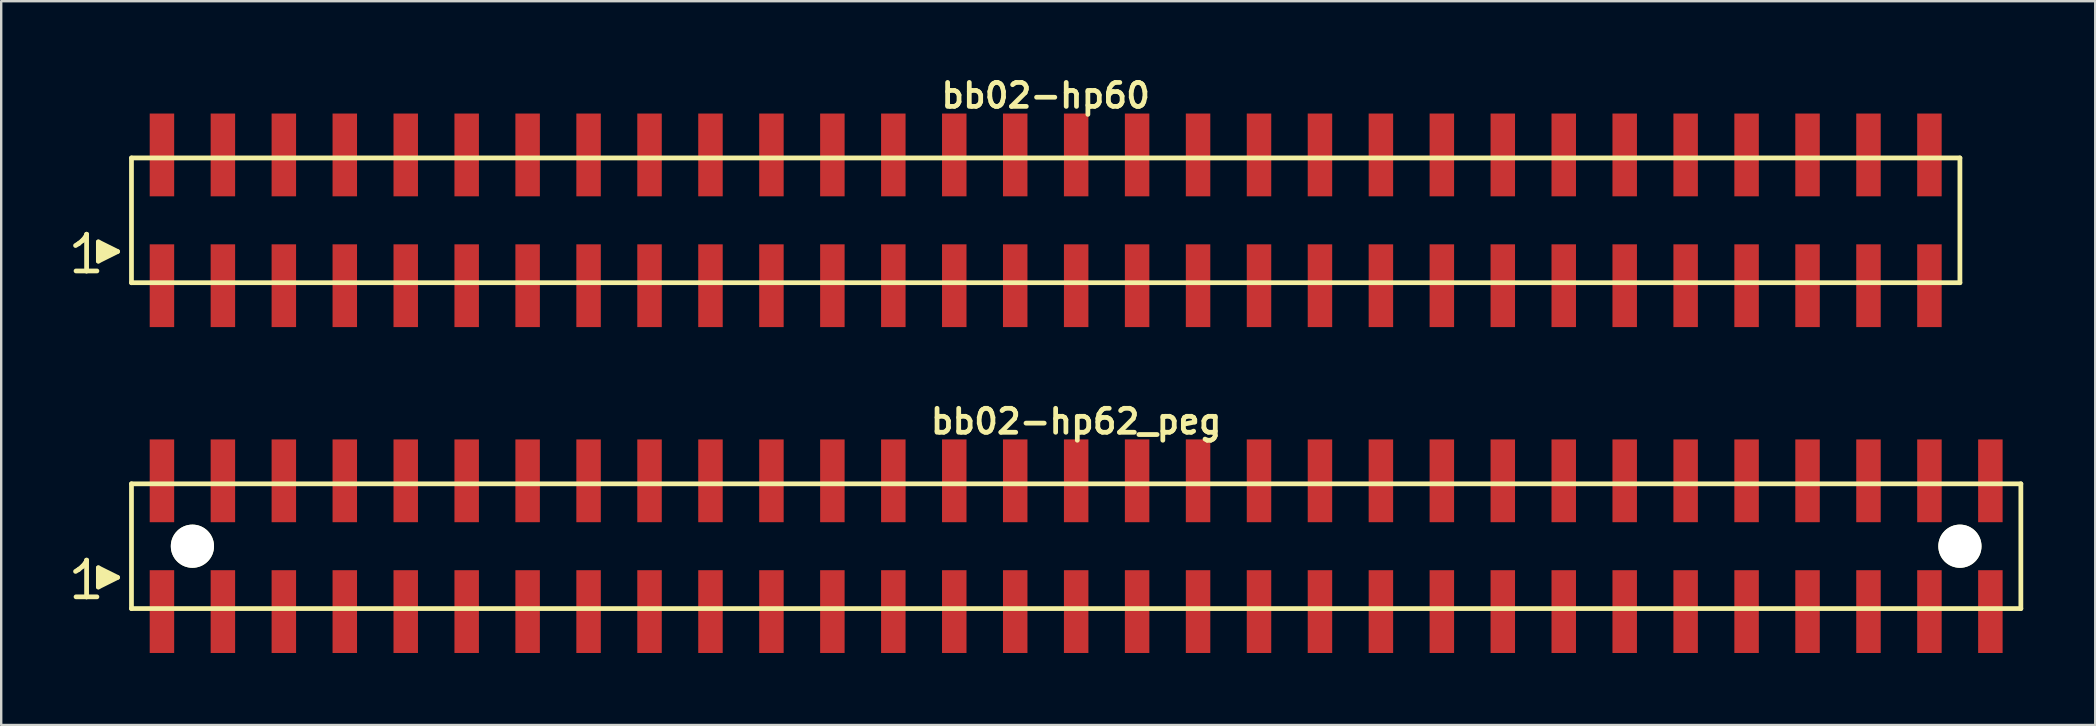
<source format=kicad_pcb>
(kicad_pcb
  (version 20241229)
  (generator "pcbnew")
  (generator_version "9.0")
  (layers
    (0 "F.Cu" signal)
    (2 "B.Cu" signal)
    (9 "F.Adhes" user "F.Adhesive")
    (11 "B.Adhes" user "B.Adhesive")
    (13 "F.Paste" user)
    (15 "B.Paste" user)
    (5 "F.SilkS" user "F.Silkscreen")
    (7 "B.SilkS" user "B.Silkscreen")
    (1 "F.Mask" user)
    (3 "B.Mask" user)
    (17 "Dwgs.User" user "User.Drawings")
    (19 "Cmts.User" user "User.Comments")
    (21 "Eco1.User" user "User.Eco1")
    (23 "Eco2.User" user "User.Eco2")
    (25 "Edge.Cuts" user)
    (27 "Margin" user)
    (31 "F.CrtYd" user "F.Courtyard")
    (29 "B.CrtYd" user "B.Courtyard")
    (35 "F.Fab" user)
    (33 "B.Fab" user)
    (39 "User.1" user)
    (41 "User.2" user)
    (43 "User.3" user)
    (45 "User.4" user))
  (footprint "bb02-hp62_peg"
    (layer "F.Cu")
    (at 41.799 19.713)
    (property "Reference" "bb02-hp62_peg" (at 0 -5.2 0) (layer "F.SilkS") (effects (font (size 0.998 0.998) (thickness 0.198))))
    (attr through_hole)
    (fp_line (start -41.7 1.05) (end -41.57 0.97) (stroke (width 0.198) (type solid)) (layer "F.SilkS"))
    (fp_line (start -41.57 0.97) (end -41.41 0.84) (stroke (width 0.198) (type solid)) (layer "F.SilkS"))
    (fp_line (start -41.41 0.84) (end -41.27 0.67) (stroke (width 0.198) (type solid)) (layer "F.SilkS"))
    (fp_line (start -41.27 0.67) (end -41.24 0.58) (stroke (width 0.198) (type solid)) (layer "F.SilkS"))
    (fp_line (start -41.24 0.58) (end -41.24 2.11) (stroke (width 0.198) (type solid)) (layer "F.SilkS"))
    (fp_line (start -41.24 2.11) (end -41.68 2.11) (stroke (width 0.198) (type solid)) (layer "F.SilkS"))
    (fp_line (start -40.81 2.11) (end -41.25 2.11) (stroke (width 0.198) (type solid)) (layer "F.SilkS"))
    (fp_line (start -40.75 0.9) (end -39.95 1.3) (stroke (width 0.198) (type solid)) (layer "F.SilkS"))
    (fp_line (start -40.75 1.7) (end -40.75 0.9) (stroke (width 0.198) (type solid)) (layer "F.SilkS"))
    (fp_line (start -40.65 1.6) (end -40.65 1) (stroke (width 0.198) (type solid)) (layer "F.SilkS"))
    (fp_line (start -40.55 1.1) (end -40.55 1.5) (stroke (width 0.198) (type solid)) (layer "F.SilkS"))
    (fp_line (start -40.45 1.5) (end -40.45 1.1) (stroke (width 0.198) (type solid)) (layer "F.SilkS"))
    (fp_line (start -40.35 1.2) (end -40.35 1.4) (stroke (width 0.198) (type solid)) (layer "F.SilkS"))
    (fp_line (start -40.25 1.4) (end -40.25 1.2) (stroke (width 0.198) (type solid)) (layer "F.SilkS"))
    (fp_line (start -39.95 1.3) (end -40.75 1.7) (stroke (width 0.198) (type solid)) (layer "F.SilkS"))
    (fp_line (start -39.37 -2.6) (end -39.37 2.6) (stroke (width 0.198) (type solid)) (layer "F.SilkS"))
    (fp_line (start -39.37 -2.6) (end 39.37 -2.6) (stroke (width 0.198) (type solid)) (layer "F.SilkS"))
    (fp_line (start 39.37 2.6) (end -39.37 2.6) (stroke (width 0.198) (type solid)) (layer "F.SilkS"))
    (fp_line (start 39.37 2.6) (end 39.37 -2.6) (stroke (width 0.198) (type solid)) (layer "F.SilkS"))
    (pad "" np_thru_hole circle (at -36.83 0) (size 1.8 1.8) (drill 1.8) (layers "*.Cu" "*.Mask" "F.SilkS"))
    (pad "" np_thru_hole circle (at 36.83 0) (size 1.8 1.8) (drill 1.8) (layers "*.Cu" "*.Mask" "F.SilkS"))
    (pad "1" smd rect (at -38.1 2.725) (size 1.02 3.45) (layers "F.Cu" "F.Mask" "F.Paste"))
    (pad "2" smd rect (at -38.1 -2.725) (size 1.02 3.45) (layers "F.Cu" "F.Mask" "F.Paste"))
    (pad "3" smd rect (at -35.56 2.725) (size 1.02 3.45) (layers "F.Cu" "F.Mask" "F.Paste"))
    (pad "4" smd rect (at -35.56 -2.725) (size 1.02 3.45) (layers "F.Cu" "F.Mask" "F.Paste"))
    (pad "5" smd rect (at -33.02 2.725) (size 1.02 3.45) (layers "F.Cu" "F.Mask" "F.Paste"))
    (pad "6" smd rect (at -33.02 -2.725) (size 1.02 3.45) (layers "F.Cu" "F.Mask" "F.Paste"))
    (pad "7" smd rect (at -30.48 2.725) (size 1.02 3.45) (layers "F.Cu" "F.Mask" "F.Paste"))
    (pad "8" smd rect (at -30.48 -2.725) (size 1.02 3.45) (layers "F.Cu" "F.Mask" "F.Paste"))
    (pad "9" smd rect (at -27.94 2.725) (size 1.02 3.45) (layers "F.Cu" "F.Mask" "F.Paste"))
    (pad "10" smd rect (at -27.94 -2.725) (size 1.02 3.45) (layers "F.Cu" "F.Mask" "F.Paste"))
    (pad "11" smd rect (at -25.4 2.725) (size 1.02 3.45) (layers "F.Cu" "F.Mask" "F.Paste"))
    (pad "12" smd rect (at -25.4 -2.725) (size 1.02 3.45) (layers "F.Cu" "F.Mask" "F.Paste"))
    (pad "13" smd rect (at -22.86 2.725) (size 1.02 3.45) (layers "F.Cu" "F.Mask" "F.Paste"))
    (pad "14" smd rect (at -22.86 -2.725) (size 1.02 3.45) (layers "F.Cu" "F.Mask" "F.Paste"))
    (pad "15" smd rect (at -20.32 2.725) (size 1.02 3.45) (layers "F.Cu" "F.Mask" "F.Paste"))
    (pad "16" smd rect (at -20.32 -2.725) (size 1.02 3.45) (layers "F.Cu" "F.Mask" "F.Paste"))
    (pad "17" smd rect (at -17.78 2.725) (size 1.02 3.45) (layers "F.Cu" "F.Mask" "F.Paste"))
    (pad "18" smd rect (at -17.78 -2.725) (size 1.02 3.45) (layers "F.Cu" "F.Mask" "F.Paste"))
    (pad "19" smd rect (at -15.24 2.725) (size 1.02 3.45) (layers "F.Cu" "F.Mask" "F.Paste"))
    (pad "20" smd rect (at -15.24 -2.725) (size 1.02 3.45) (layers "F.Cu" "F.Mask" "F.Paste"))
    (pad "21" smd rect (at -12.7 2.725) (size 1.02 3.45) (layers "F.Cu" "F.Mask" "F.Paste"))
    (pad "22" smd rect (at -12.7 -2.725) (size 1.02 3.45) (layers "F.Cu" "F.Mask" "F.Paste"))
    (pad "23" smd rect (at -10.16 2.725) (size 1.02 3.45) (layers "F.Cu" "F.Mask" "F.Paste"))
    (pad "24" smd rect (at -10.16 -2.725) (size 1.02 3.45) (layers "F.Cu" "F.Mask" "F.Paste"))
    (pad "25" smd rect (at -7.62 2.725) (size 1.02 3.45) (layers "F.Cu" "F.Mask" "F.Paste"))
    (pad "26" smd rect (at -7.62 -2.725) (size 1.02 3.45) (layers "F.Cu" "F.Mask" "F.Paste"))
    (pad "27" smd rect (at -5.08 2.725) (size 1.02 3.45) (layers "F.Cu" "F.Mask" "F.Paste"))
    (pad "28" smd rect (at -5.08 -2.725) (size 1.02 3.45) (layers "F.Cu" "F.Mask" "F.Paste"))
    (pad "29" smd rect (at -2.54 2.725) (size 1.02 3.45) (layers "F.Cu" "F.Mask" "F.Paste"))
    (pad "30" smd rect (at -2.54 -2.725) (size 1.02 3.45) (layers "F.Cu" "F.Mask" "F.Paste"))
    (pad "31" smd rect (at 0 2.725) (size 1.02 3.45) (layers "F.Cu" "F.Mask" "F.Paste"))
    (pad "32" smd rect (at 0 -2.725) (size 1.02 3.45) (layers "F.Cu" "F.Mask" "F.Paste"))
    (pad "33" smd rect (at 2.54 2.725) (size 1.02 3.45) (layers "F.Cu" "F.Mask" "F.Paste"))
    (pad "34" smd rect (at 2.54 -2.725) (size 1.02 3.45) (layers "F.Cu" "F.Mask" "F.Paste"))
    (pad "35" smd rect (at 5.08 2.725) (size 1.02 3.45) (layers "F.Cu" "F.Mask" "F.Paste"))
    (pad "36" smd rect (at 5.08 -2.725) (size 1.02 3.45) (layers "F.Cu" "F.Mask" "F.Paste"))
    (pad "37" smd rect (at 7.62 2.725) (size 1.02 3.45) (layers "F.Cu" "F.Mask" "F.Paste"))
    (pad "38" smd rect (at 7.62 -2.725) (size 1.02 3.45) (layers "F.Cu" "F.Mask" "F.Paste"))
    (pad "39" smd rect (at 10.16 2.725) (size 1.02 3.45) (layers "F.Cu" "F.Mask" "F.Paste"))
    (pad "40" smd rect (at 10.16 -2.725) (size 1.02 3.45) (layers "F.Cu" "F.Mask" "F.Paste"))
    (pad "41" smd rect (at 12.7 2.725) (size 1.02 3.45) (layers "F.Cu" "F.Mask" "F.Paste"))
    (pad "42" smd rect (at 12.7 -2.725) (size 1.02 3.45) (layers "F.Cu" "F.Mask" "F.Paste"))
    (pad "43" smd rect (at 15.24 2.725) (size 1.02 3.45) (layers "F.Cu" "F.Mask" "F.Paste"))
    (pad "44" smd rect (at 15.24 -2.725) (size 1.02 3.45) (layers "F.Cu" "F.Mask" "F.Paste"))
    (pad "45" smd rect (at 17.78 2.725) (size 1.02 3.45) (layers "F.Cu" "F.Mask" "F.Paste"))
    (pad "46" smd rect (at 17.78 -2.725) (size 1.02 3.45) (layers "F.Cu" "F.Mask" "F.Paste"))
    (pad "47" smd rect (at 20.32 2.725) (size 1.02 3.45) (layers "F.Cu" "F.Mask" "F.Paste"))
    (pad "48" smd rect (at 20.32 -2.725) (size 1.02 3.45) (layers "F.Cu" "F.Mask" "F.Paste"))
    (pad "49" smd rect (at 22.86 2.725) (size 1.02 3.45) (layers "F.Cu" "F.Mask" "F.Paste"))
    (pad "50" smd rect (at 22.86 -2.725) (size 1.02 3.45) (layers "F.Cu" "F.Mask" "F.Paste"))
    (pad "51" smd rect (at 25.4 2.725) (size 1.02 3.45) (layers "F.Cu" "F.Mask" "F.Paste"))
    (pad "52" smd rect (at 25.4 -2.725) (size 1.02 3.45) (layers "F.Cu" "F.Mask" "F.Paste"))
    (pad "53" smd rect (at 27.94 2.725) (size 1.02 3.45) (layers "F.Cu" "F.Mask" "F.Paste"))
    (pad "54" smd rect (at 27.94 -2.725) (size 1.02 3.45) (layers "F.Cu" "F.Mask" "F.Paste"))
    (pad "55" smd rect (at 30.48 2.725) (size 1.02 3.45) (layers "F.Cu" "F.Mask" "F.Paste"))
    (pad "56" smd rect (at 30.48 -2.725) (size 1.02 3.45) (layers "F.Cu" "F.Mask" "F.Paste"))
    (pad "57" smd rect (at 33.02 2.725) (size 1.02 3.45) (layers "F.Cu" "F.Mask" "F.Paste"))
    (pad "58" smd rect (at 33.02 -2.725) (size 1.02 3.45) (layers "F.Cu" "F.Mask" "F.Paste"))
    (pad "59" smd rect (at 35.56 2.725) (size 1.02 3.45) (layers "F.Cu" "F.Mask" "F.Paste"))
    (pad "60" smd rect (at 35.56 -2.725) (size 1.02 3.45) (layers "F.Cu" "F.Mask" "F.Paste"))
    (pad "61" smd rect (at 38.1 2.725) (size 1.02 3.45) (layers "F.Cu" "F.Mask" "F.Paste"))
    (pad "62" smd rect (at 38.1 -2.725) (size 1.02 3.45) (layers "F.Cu" "F.Mask" "F.Paste")))
  (footprint "bb02-hp60"
    (layer "F.Cu")
    (at 40.529 6.132)
    (property "Reference" "bb02-hp60" (at 0 -5.2 0) (layer "F.SilkS") (effects (font (size 0.998 0.998) (thickness 0.198))))
    (attr through_hole)
    (fp_line (start -40.43 1.05) (end -40.3 0.97) (stroke (width 0.198) (type solid)) (layer "F.SilkS"))
    (fp_line (start -40.3 0.97) (end -40.14 0.84) (stroke (width 0.198) (type solid)) (layer "F.SilkS"))
    (fp_line (start -40.14 0.84) (end -40 0.67) (stroke (width 0.198) (type solid)) (layer "F.SilkS"))
    (fp_line (start -40 0.67) (end -39.97 0.58) (stroke (width 0.198) (type solid)) (layer "F.SilkS"))
    (fp_line (start -39.97 0.58) (end -39.97 2.11) (stroke (width 0.198) (type solid)) (layer "F.SilkS"))
    (fp_line (start -39.97 2.11) (end -40.41 2.11) (stroke (width 0.198) (type solid)) (layer "F.SilkS"))
    (fp_line (start -39.54 2.11) (end -39.98 2.11) (stroke (width 0.198) (type solid)) (layer "F.SilkS"))
    (fp_line (start -39.48 0.9) (end -38.68 1.3) (stroke (width 0.198) (type solid)) (layer "F.SilkS"))
    (fp_line (start -39.48 1.7) (end -39.48 0.9) (stroke (width 0.198) (type solid)) (layer "F.SilkS"))
    (fp_line (start -39.38 1.6) (end -39.38 1) (stroke (width 0.198) (type solid)) (layer "F.SilkS"))
    (fp_line (start -39.28 1.1) (end -39.28 1.5) (stroke (width 0.198) (type solid)) (layer "F.SilkS"))
    (fp_line (start -39.18 1.5) (end -39.18 1.1) (stroke (width 0.198) (type solid)) (layer "F.SilkS"))
    (fp_line (start -39.08 1.2) (end -39.08 1.4) (stroke (width 0.198) (type solid)) (layer "F.SilkS"))
    (fp_line (start -38.98 1.4) (end -38.98 1.2) (stroke (width 0.198) (type solid)) (layer "F.SilkS"))
    (fp_line (start -38.68 1.3) (end -39.48 1.7) (stroke (width 0.198) (type solid)) (layer "F.SilkS"))
    (fp_line (start -38.1 -2.6) (end -38.1 2.6) (stroke (width 0.198) (type solid)) (layer "F.SilkS"))
    (fp_line (start -38.1 -2.6) (end 38.1 -2.6) (stroke (width 0.198) (type solid)) (layer "F.SilkS"))
    (fp_line (start 38.1 2.6) (end -38.1 2.6) (stroke (width 0.198) (type solid)) (layer "F.SilkS"))
    (fp_line (start 38.1 2.6) (end 38.1 -2.6) (stroke (width 0.198) (type solid)) (layer "F.SilkS"))
    (pad "1" smd rect (at -36.83 2.725) (size 1.02 3.45) (layers "F.Cu" "F.Mask" "F.Paste"))
    (pad "2" smd rect (at -36.83 -2.725) (size 1.02 3.45) (layers "F.Cu" "F.Mask" "F.Paste"))
    (pad "3" smd rect (at -34.29 2.725) (size 1.02 3.45) (layers "F.Cu" "F.Mask" "F.Paste"))
    (pad "4" smd rect (at -34.29 -2.725) (size 1.02 3.45) (layers "F.Cu" "F.Mask" "F.Paste"))
    (pad "5" smd rect (at -31.75 2.725) (size 1.02 3.45) (layers "F.Cu" "F.Mask" "F.Paste"))
    (pad "6" smd rect (at -31.75 -2.725) (size 1.02 3.45) (layers "F.Cu" "F.Mask" "F.Paste"))
    (pad "7" smd rect (at -29.21 2.725) (size 1.02 3.45) (layers "F.Cu" "F.Mask" "F.Paste"))
    (pad "8" smd rect (at -29.21 -2.725) (size 1.02 3.45) (layers "F.Cu" "F.Mask" "F.Paste"))
    (pad "9" smd rect (at -26.67 2.725) (size 1.02 3.45) (layers "F.Cu" "F.Mask" "F.Paste"))
    (pad "10" smd rect (at -26.67 -2.725) (size 1.02 3.45) (layers "F.Cu" "F.Mask" "F.Paste"))
    (pad "11" smd rect (at -24.13 2.725) (size 1.02 3.45) (layers "F.Cu" "F.Mask" "F.Paste"))
    (pad "12" smd rect (at -24.13 -2.725) (size 1.02 3.45) (layers "F.Cu" "F.Mask" "F.Paste"))
    (pad "13" smd rect (at -21.59 2.725) (size 1.02 3.45) (layers "F.Cu" "F.Mask" "F.Paste"))
    (pad "14" smd rect (at -21.59 -2.725) (size 1.02 3.45) (layers "F.Cu" "F.Mask" "F.Paste"))
    (pad "15" smd rect (at -19.05 2.725) (size 1.02 3.45) (layers "F.Cu" "F.Mask" "F.Paste"))
    (pad "16" smd rect (at -19.05 -2.725) (size 1.02 3.45) (layers "F.Cu" "F.Mask" "F.Paste"))
    (pad "17" smd rect (at -16.51 2.725) (size 1.02 3.45) (layers "F.Cu" "F.Mask" "F.Paste"))
    (pad "18" smd rect (at -16.51 -2.725) (size 1.02 3.45) (layers "F.Cu" "F.Mask" "F.Paste"))
    (pad "19" smd rect (at -13.97 2.725) (size 1.02 3.45) (layers "F.Cu" "F.Mask" "F.Paste"))
    (pad "20" smd rect (at -13.97 -2.725) (size 1.02 3.45) (layers "F.Cu" "F.Mask" "F.Paste"))
    (pad "21" smd rect (at -11.43 2.725) (size 1.02 3.45) (layers "F.Cu" "F.Mask" "F.Paste"))
    (pad "22" smd rect (at -11.43 -2.725) (size 1.02 3.45) (layers "F.Cu" "F.Mask" "F.Paste"))
    (pad "23" smd rect (at -8.89 2.725) (size 1.02 3.45) (layers "F.Cu" "F.Mask" "F.Paste"))
    (pad "24" smd rect (at -8.89 -2.725) (size 1.02 3.45) (layers "F.Cu" "F.Mask" "F.Paste"))
    (pad "25" smd rect (at -6.35 2.725) (size 1.02 3.45) (layers "F.Cu" "F.Mask" "F.Paste"))
    (pad "26" smd rect (at -6.35 -2.725) (size 1.02 3.45) (layers "F.Cu" "F.Mask" "F.Paste"))
    (pad "27" smd rect (at -3.81 2.725) (size 1.02 3.45) (layers "F.Cu" "F.Mask" "F.Paste"))
    (pad "28" smd rect (at -3.81 -2.725) (size 1.02 3.45) (layers "F.Cu" "F.Mask" "F.Paste"))
    (pad "29" smd rect (at -1.27 2.725) (size 1.02 3.45) (layers "F.Cu" "F.Mask" "F.Paste"))
    (pad "30" smd rect (at -1.27 -2.725) (size 1.02 3.45) (layers "F.Cu" "F.Mask" "F.Paste"))
    (pad "31" smd rect (at 1.27 2.725) (size 1.02 3.45) (layers "F.Cu" "F.Mask" "F.Paste"))
    (pad "32" smd rect (at 1.27 -2.725) (size 1.02 3.45) (layers "F.Cu" "F.Mask" "F.Paste"))
    (pad "33" smd rect (at 3.81 2.725) (size 1.02 3.45) (layers "F.Cu" "F.Mask" "F.Paste"))
    (pad "34" smd rect (at 3.81 -2.725) (size 1.02 3.45) (layers "F.Cu" "F.Mask" "F.Paste"))
    (pad "35" smd rect (at 6.35 2.725) (size 1.02 3.45) (layers "F.Cu" "F.Mask" "F.Paste"))
    (pad "36" smd rect (at 6.35 -2.725) (size 1.02 3.45) (layers "F.Cu" "F.Mask" "F.Paste"))
    (pad "37" smd rect (at 8.89 2.725) (size 1.02 3.45) (layers "F.Cu" "F.Mask" "F.Paste"))
    (pad "38" smd rect (at 8.89 -2.725) (size 1.02 3.45) (layers "F.Cu" "F.Mask" "F.Paste"))
    (pad "39" smd rect (at 11.43 2.725) (size 1.02 3.45) (layers "F.Cu" "F.Mask" "F.Paste"))
    (pad "40" smd rect (at 11.43 -2.725) (size 1.02 3.45) (layers "F.Cu" "F.Mask" "F.Paste"))
    (pad "41" smd rect (at 13.97 2.725) (size 1.02 3.45) (layers "F.Cu" "F.Mask" "F.Paste"))
    (pad "42" smd rect (at 13.97 -2.725) (size 1.02 3.45) (layers "F.Cu" "F.Mask" "F.Paste"))
    (pad "43" smd rect (at 16.51 2.725) (size 1.02 3.45) (layers "F.Cu" "F.Mask" "F.Paste"))
    (pad "44" smd rect (at 16.51 -2.725) (size 1.02 3.45) (layers "F.Cu" "F.Mask" "F.Paste"))
    (pad "45" smd rect (at 19.05 2.725) (size 1.02 3.45) (layers "F.Cu" "F.Mask" "F.Paste"))
    (pad "46" smd rect (at 19.05 -2.725) (size 1.02 3.45) (layers "F.Cu" "F.Mask" "F.Paste"))
    (pad "47" smd rect (at 21.59 2.725) (size 1.02 3.45) (layers "F.Cu" "F.Mask" "F.Paste"))
    (pad "48" smd rect (at 21.59 -2.725) (size 1.02 3.45) (layers "F.Cu" "F.Mask" "F.Paste"))
    (pad "49" smd rect (at 24.13 2.725) (size 1.02 3.45) (layers "F.Cu" "F.Mask" "F.Paste"))
    (pad "50" smd rect (at 24.13 -2.725) (size 1.02 3.45) (layers "F.Cu" "F.Mask" "F.Paste"))
    (pad "51" smd rect (at 26.67 2.725) (size 1.02 3.45) (layers "F.Cu" "F.Mask" "F.Paste"))
    (pad "52" smd rect (at 26.67 -2.725) (size 1.02 3.45) (layers "F.Cu" "F.Mask" "F.Paste"))
    (pad "53" smd rect (at 29.21 2.725) (size 1.02 3.45) (layers "F.Cu" "F.Mask" "F.Paste"))
    (pad "54" smd rect (at 29.21 -2.725) (size 1.02 3.45) (layers "F.Cu" "F.Mask" "F.Paste"))
    (pad "55" smd rect (at 31.75 2.725) (size 1.02 3.45) (layers "F.Cu" "F.Mask" "F.Paste"))
    (pad "56" smd rect (at 31.75 -2.725) (size 1.02 3.45) (layers "F.Cu" "F.Mask" "F.Paste"))
    (pad "57" smd rect (at 34.29 2.725) (size 1.02 3.45) (layers "F.Cu" "F.Mask" "F.Paste"))
    (pad "58" smd rect (at 34.29 -2.725) (size 1.02 3.45) (layers "F.Cu" "F.Mask" "F.Paste"))
    (pad "59" smd rect (at 36.83 2.725) (size 1.02 3.45) (layers "F.Cu" "F.Mask" "F.Paste"))
    (pad "60" smd rect (at 36.83 -2.725) (size 1.02 3.45) (layers "F.Cu" "F.Mask" "F.Paste")))
  (gr_rect
    (start -3 -3)
    (end 84.268 27.163)
    (stroke (width 0.1) (type default))
    (fill no)
    (layer "Edge.Cuts")))
</source>
